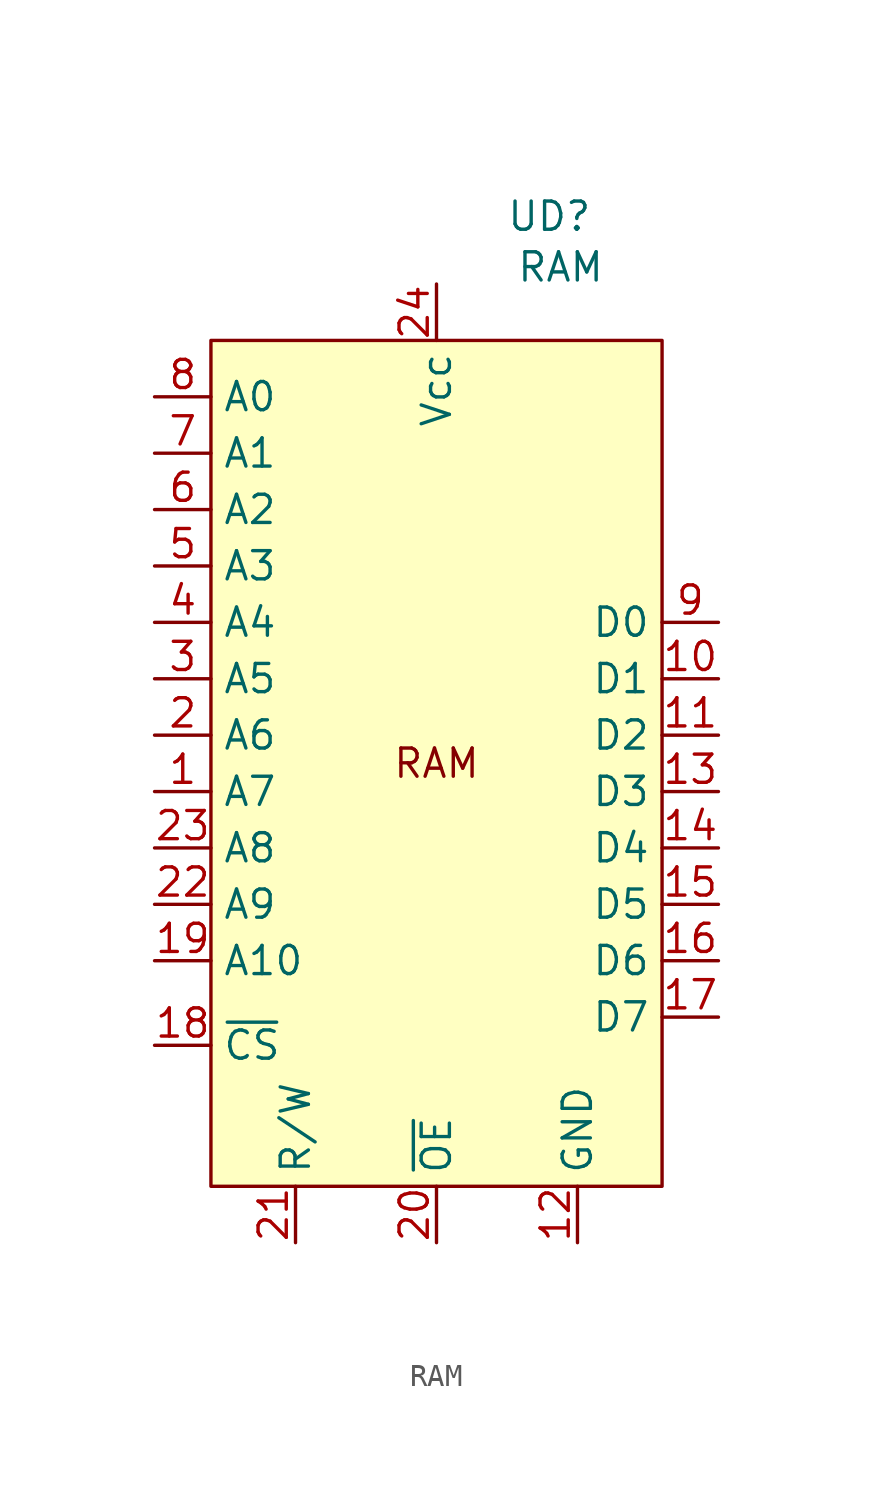
<source format=kicad_sym>
(kicad_symbol_lib
  (version 20241209)
  (generator "kicad_symbol_editor")
  (generator_version "9.0")
  (symbol "RAM"
    (property "Reference" "UD"
      (at 5.08 24.638 0)
      (effects (font (size 1.27 1.27))))
    (property "Value" "RAM"
      (at 5.588 22.352 0)
      (effects (font (size 1.27 1.27))))
    (symbol "RAM_0_0"
      (pin input line (at -12.7 16.51 0) (length 2.54) (name "A0" (effects (font (size 1.27 1.27)))) (number "8" (effects (font (size 1.27 1.27)))))
      (pin input line (at -12.7 13.97 0) (length 2.54) (name "A1" (effects (font (size 1.27 1.27)))) (number "7" (effects (font (size 1.27 1.27)))))
      (pin input line (at -12.7 11.43 0) (length 2.54) (name "A2" (effects (font (size 1.27 1.27)))) (number "6" (effects (font (size 1.27 1.27)))))
      (pin input line (at -12.7 8.89 0) (length 2.54) (name "A3" (effects (font (size 1.27 1.27)))) (number "5" (effects (font (size 1.27 1.27)))))
      (pin input line (at -12.7 6.35 0) (length 2.54) (name "A4" (effects (font (size 1.27 1.27)))) (number "4" (effects (font (size 1.27 1.27)))))
      (pin input line (at -12.7 3.81 0) (length 2.54) (name "A5" (effects (font (size 1.27 1.27)))) (number "3" (effects (font (size 1.27 1.27)))))
      (pin input line (at -12.7 1.27 0) (length 2.54) (name "A6" (effects (font (size 1.27 1.27)))) (number "2" (effects (font (size 1.27 1.27)))))
      (pin input line (at -12.7 -1.27 0) (length 2.54) (name "A7" (effects (font (size 1.27 1.27)))) (number "1" (effects (font (size 1.27 1.27)))))
      (pin input line (at -12.7 -3.81 0) (length 2.54) (name "A8" (effects (font (size 1.27 1.27)))) (number "23" (effects (font (size 1.27 1.27)))))
      (pin input line (at -12.7 -6.35 0) (length 2.54) (name "A9" (effects (font (size 1.27 1.27)))) (number "22" (effects (font (size 1.27 1.27)))))
      (pin input line (at -12.7 -8.89 0) (length 2.54) (name "A10" (effects (font (size 1.27 1.27)))) (number "19" (effects (font (size 1.27 1.27)))))
      (pin power_in line (at 0 21.59 270) (length 2.54) (name "Vcc" (effects (font (size 1.27 1.27)))) (number "24" (effects (font (size 1.27 1.27)))))
      (pin power_in line (at 6.35 -21.59 90) (length 2.54) (name "GND" (effects (font (size 1.27 1.27)))) (number "12" (effects (font (size 1.27 1.27)))))
      (pin bidirectional line (at 12.7 6.35 180) (length 2.54) (name "D0" (effects (font (size 1.27 1.27)))) (number "9" (effects (font (size 1.27 1.27)))))
      (pin bidirectional line (at 12.7 3.81 180) (length 2.54) (name "D1" (effects (font (size 1.27 1.27)))) (number "10" (effects (font (size 1.27 1.27)))))
      (pin bidirectional line (at 12.7 1.27 180) (length 2.54) (name "D2" (effects (font (size 1.27 1.27)))) (number "11" (effects (font (size 1.27 1.27)))))
      (pin bidirectional line (at 12.7 -1.27 180) (length 2.54) (name "D3" (effects (font (size 1.27 1.27)))) (number "13" (effects (font (size 1.27 1.27)))))
      (pin bidirectional line (at 12.7 -3.81 180) (length 2.54) (name "D4" (effects (font (size 1.27 1.27)))) (number "14" (effects (font (size 1.27 1.27)))))
      (pin bidirectional line (at 12.7 -6.35 180) (length 2.54) (name "D5" (effects (font (size 1.27 1.27)))) (number "15" (effects (font (size 1.27 1.27)))))
      (pin bidirectional line (at 12.7 -8.89 180) (length 2.54) (name "D6" (effects (font (size 1.27 1.27)))) (number "16" (effects (font (size 1.27 1.27)))))
      (pin bidirectional line (at 12.7 -11.43 180) (length 2.54) (name "D7" (effects (font (size 1.27 1.27)))) (number "17" (effects (font (size 1.27 1.27))))))
    (symbol "RAM_1_0"
      (pin input line (at -12.7 -12.7 0) (length 2.54) (name "~{CS}" (effects (font (size 1.27 1.27)))) (number "18" (effects (font (size 1.27 1.27)))))
      (pin input line (at -6.35 -21.59 90) (length 2.54) (name "R/W" (effects (font (size 1.27 1.27)))) (number "21" (effects (font (size 1.27 1.27)))))
      (pin input line (at 0 -21.59 90) (length 2.54) (name "~{OE}" (effects (font (size 1.27 1.27)))) (number "20" (effects (font (size 1.27 1.27))))))
    (symbol "RAM_1_1"
      (rectangle (start -10.16 19.05) (end 10.16 -19.05) (stroke (width 0) (type default)) (fill (type background)))
      (text "RAM" (at 0 0 0) (effects (font (size 1.27 1.27)))))))
</source>
